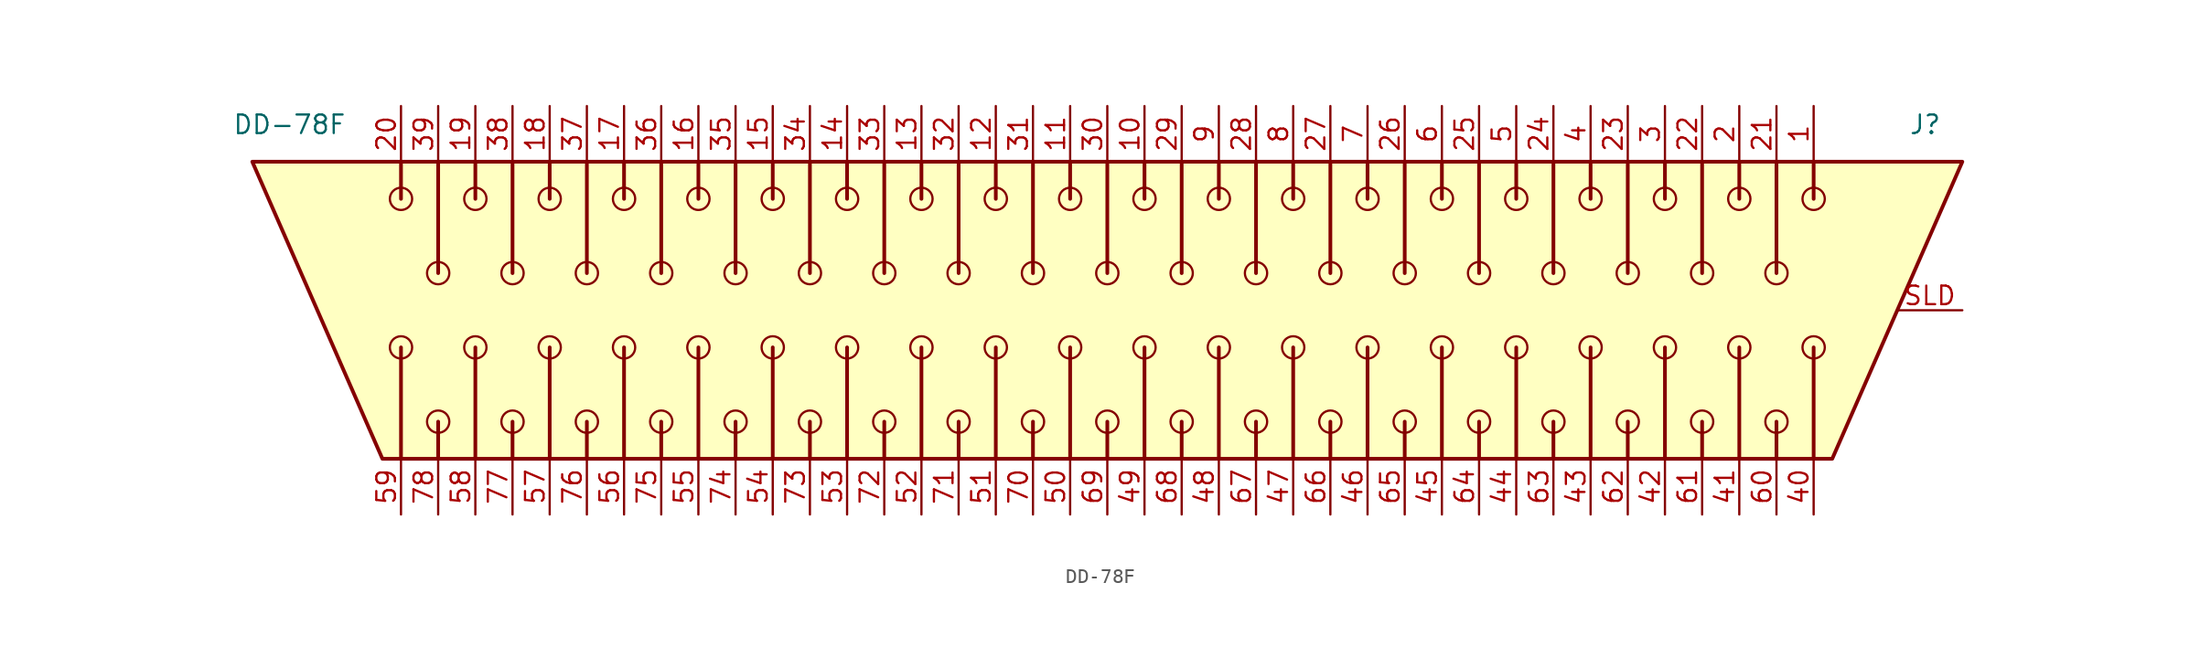
<source format=kicad_sym>
(kicad_symbol_lib
  (version 20241209)
  (generator "kicad_symbol_editor")
  (generator_version "9.0")
  (symbol "DD-78F"
    (pin_names
      (hide yes))
    (property "Reference" "J"
      (at 58.42 12.7 0)
      (effects (font (size 1.27 1.27))))
    (property "Value" "DD-78F"
      (at -53.34 12.7 0)
      (effects (font (size 1.27 1.27))))
    (symbol "DD-78F_0_1"
      (polyline (pts (xy -55.88 10.16) (xy 60.96 10.16) (xy 52.07 -10.16) (xy -46.99 -10.16) (xy -55.88 10.16)) (stroke (width 0.254) (type solid)) (fill (type background)))
      (polyline (pts (xy -45.72 10.16) (xy -45.72 7.62)) (stroke (width 0.254) (type solid)) (fill (type none)))
      (polyline (pts (xy -45.72 -2.54) (xy -45.72 -10.16)) (stroke (width 0.254) (type solid)) (fill (type none)))
      (polyline (pts (xy -43.18 10.16) (xy -43.18 2.54)) (stroke (width 0.254) (type solid)) (fill (type none)))
      (polyline (pts (xy -43.18 -7.62) (xy -43.18 -10.16)) (stroke (width 0.254) (type solid)) (fill (type none)))
      (polyline (pts (xy -40.64 10.16) (xy -40.64 7.62)) (stroke (width 0.254) (type solid)) (fill (type none)))
      (polyline (pts (xy -40.64 -2.54) (xy -40.64 -10.16)) (stroke (width 0.254) (type solid)) (fill (type none)))
      (polyline (pts (xy -38.1 10.16) (xy -38.1 2.54)) (stroke (width 0.254) (type solid)) (fill (type none)))
      (polyline (pts (xy -38.1 -7.62) (xy -38.1 -10.16)) (stroke (width 0.254) (type solid)) (fill (type none)))
      (polyline (pts (xy -35.56 10.16) (xy -35.56 7.62)) (stroke (width 0.254) (type solid)) (fill (type none)))
      (polyline (pts (xy -35.56 -2.54) (xy -35.56 -10.16)) (stroke (width 0.254) (type solid)) (fill (type none)))
      (polyline (pts (xy -33.02 10.16) (xy -33.02 2.54)) (stroke (width 0.254) (type solid)) (fill (type none)))
      (polyline (pts (xy -33.02 -7.62) (xy -33.02 -10.16)) (stroke (width 0.254) (type solid)) (fill (type none)))
      (polyline (pts (xy -30.48 10.16) (xy -30.48 7.62)) (stroke (width 0.254) (type solid)) (fill (type none)))
      (polyline (pts (xy -30.48 -2.54) (xy -30.48 -10.16)) (stroke (width 0.254) (type solid)) (fill (type none)))
      (polyline (pts (xy -27.94 10.16) (xy -27.94 2.54)) (stroke (width 0.254) (type solid)) (fill (type none)))
      (polyline (pts (xy -27.94 -7.62) (xy -27.94 -10.16)) (stroke (width 0.254) (type solid)) (fill (type none)))
      (polyline (pts (xy -25.4 10.16) (xy -25.4 7.62)) (stroke (width 0.254) (type solid)) (fill (type none)))
      (polyline (pts (xy -25.4 -2.54) (xy -25.4 -10.16)) (stroke (width 0.254) (type solid)) (fill (type none)))
      (polyline (pts (xy -22.86 10.16) (xy -22.86 2.54)) (stroke (width 0.254) (type solid)) (fill (type none)))
      (polyline (pts (xy -22.86 -7.62) (xy -22.86 -10.16)) (stroke (width 0.254) (type solid)) (fill (type none)))
      (polyline (pts (xy -20.32 10.16) (xy -20.32 7.62)) (stroke (width 0.254) (type solid)) (fill (type none)))
      (polyline (pts (xy -20.32 -2.54) (xy -20.32 -10.16)) (stroke (width 0.254) (type solid)) (fill (type none)))
      (polyline (pts (xy -17.78 10.16) (xy -17.78 2.54)) (stroke (width 0.254) (type solid)) (fill (type none)))
      (polyline (pts (xy -17.78 -7.62) (xy -17.78 -10.16)) (stroke (width 0.254) (type solid)) (fill (type none)))
      (polyline (pts (xy -15.24 10.16) (xy -15.24 7.62)) (stroke (width 0.254) (type solid)) (fill (type none)))
      (polyline (pts (xy -15.24 -2.54) (xy -15.24 -10.16)) (stroke (width 0.254) (type solid)) (fill (type none)))
      (polyline (pts (xy -12.7 10.16) (xy -12.7 2.54)) (stroke (width 0.254) (type solid)) (fill (type none)))
      (polyline (pts (xy -12.7 -7.62) (xy -12.7 -10.16)) (stroke (width 0.254) (type solid)) (fill (type none)))
      (polyline (pts (xy -10.16 10.16) (xy -10.16 7.62)) (stroke (width 0.254) (type solid)) (fill (type none)))
      (polyline (pts (xy -10.16 -2.54) (xy -10.16 -10.16)) (stroke (width 0.254) (type solid)) (fill (type none)))
      (polyline (pts (xy -7.62 10.16) (xy -7.62 2.54)) (stroke (width 0.254) (type solid)) (fill (type none)))
      (polyline (pts (xy -7.62 -7.62) (xy -7.62 -10.16)) (stroke (width 0.254) (type solid)) (fill (type none)))
      (polyline (pts (xy -5.08 10.16) (xy -5.08 7.62)) (stroke (width 0.254) (type solid)) (fill (type none)))
      (polyline (pts (xy -5.08 -2.54) (xy -5.08 -10.16)) (stroke (width 0.254) (type solid)) (fill (type none)))
      (polyline (pts (xy -2.54 10.16) (xy -2.54 2.54)) (stroke (width 0.254) (type solid)) (fill (type none)))
      (polyline (pts (xy -2.54 -7.62) (xy -2.54 -8.89) (xy -2.54 -10.16)) (stroke (width 0.254) (type solid)) (fill (type none)))
      (polyline (pts (xy 0 10.16) (xy 0 7.62)) (stroke (width 0.254) (type solid)) (fill (type none)))
      (polyline (pts (xy 0 -2.54) (xy 0 -10.16)) (stroke (width 0.254) (type solid)) (fill (type none)))
      (polyline (pts (xy 2.54 10.16) (xy 2.54 2.54)) (stroke (width 0.254) (type solid)) (fill (type none)))
      (polyline (pts (xy 2.54 -7.62) (xy 2.54 -10.16)) (stroke (width 0.254) (type solid)) (fill (type none)))
      (polyline (pts (xy 5.08 10.16) (xy 5.08 7.62)) (stroke (width 0.254) (type solid)) (fill (type none)))
      (polyline (pts (xy 5.08 -2.54) (xy 5.08 -10.16)) (stroke (width 0.254) (type solid)) (fill (type none)))
      (polyline (pts (xy 7.62 10.16) (xy 7.62 2.54)) (stroke (width 0.254) (type solid)) (fill (type none)))
      (polyline (pts (xy 7.62 -7.62) (xy 7.62 -8.89) (xy 7.62 -10.16)) (stroke (width 0.254) (type solid)) (fill (type none)))
      (polyline (pts (xy 10.16 10.16) (xy 10.16 7.62)) (stroke (width 0.254) (type solid)) (fill (type none)))
      (polyline (pts (xy 10.16 -2.54) (xy 10.16 -10.16)) (stroke (width 0.254) (type solid)) (fill (type none)))
      (polyline (pts (xy 12.7 10.16) (xy 12.7 2.54)) (stroke (width 0.254) (type solid)) (fill (type none)))
      (polyline (pts (xy 12.7 -7.62) (xy 12.7 -10.16)) (stroke (width 0.254) (type solid)) (fill (type none)))
      (polyline (pts (xy 15.24 10.16) (xy 15.24 7.62)) (stroke (width 0.254) (type solid)) (fill (type none)))
      (polyline (pts (xy 15.24 -2.54) (xy 15.24 -10.16)) (stroke (width 0.254) (type solid)) (fill (type none)))
      (polyline (pts (xy 17.78 10.16) (xy 17.78 2.54)) (stroke (width 0.254) (type solid)) (fill (type none)))
      (polyline (pts (xy 17.78 -7.62) (xy 17.78 -10.16)) (stroke (width 0.254) (type solid)) (fill (type none)))
      (polyline (pts (xy 20.32 10.16) (xy 20.32 7.62)) (stroke (width 0.254) (type solid)) (fill (type none)))
      (polyline (pts (xy 20.32 -2.54) (xy 20.32 -10.16)) (stroke (width 0.254) (type solid)) (fill (type none)))
      (polyline (pts (xy 22.86 10.16) (xy 22.86 2.54)) (stroke (width 0.254) (type solid)) (fill (type none)))
      (polyline (pts (xy 22.86 -7.62) (xy 22.86 -10.16)) (stroke (width 0.254) (type solid)) (fill (type none)))
      (polyline (pts (xy 25.4 10.16) (xy 25.4 7.62)) (stroke (width 0.254) (type solid)) (fill (type none)))
      (polyline (pts (xy 25.4 -2.54) (xy 25.4 -10.16)) (stroke (width 0.254) (type solid)) (fill (type none)))
      (polyline (pts (xy 27.94 10.16) (xy 27.94 2.54)) (stroke (width 0.254) (type solid)) (fill (type none)))
      (polyline (pts (xy 27.94 -7.62) (xy 27.94 -10.16)) (stroke (width 0.254) (type solid)) (fill (type none)))
      (polyline (pts (xy 30.48 10.16) (xy 30.48 7.62)) (stroke (width 0.254) (type solid)) (fill (type none)))
      (polyline (pts (xy 30.48 -2.54) (xy 30.48 -10.16)) (stroke (width 0.254) (type solid)) (fill (type none)))
      (polyline (pts (xy 33.02 10.16) (xy 33.02 2.54)) (stroke (width 0.254) (type solid)) (fill (type none)))
      (polyline (pts (xy 33.02 -7.62) (xy 33.02 -10.16)) (stroke (width 0.254) (type solid)) (fill (type none)))
      (polyline (pts (xy 35.56 10.16) (xy 35.56 7.62)) (stroke (width 0.254) (type solid)) (fill (type none)))
      (polyline (pts (xy 35.56 -2.54) (xy 35.56 -10.16)) (stroke (width 0.254) (type solid)) (fill (type none)))
      (polyline (pts (xy 38.1 10.16) (xy 38.1 2.54)) (stroke (width 0.254) (type solid)) (fill (type none)))
      (polyline (pts (xy 38.1 -7.62) (xy 38.1 -10.16)) (stroke (width 0.254) (type solid)) (fill (type none)))
      (polyline (pts (xy 40.64 10.16) (xy 40.64 7.62)) (stroke (width 0.254) (type solid)) (fill (type none)))
      (polyline (pts (xy 40.64 -2.54) (xy 40.64 -10.16)) (stroke (width 0.254) (type solid)) (fill (type none)))
      (polyline (pts (xy 43.18 10.16) (xy 43.18 2.54)) (stroke (width 0.254) (type solid)) (fill (type none)))
      (polyline (pts (xy 43.18 -7.62) (xy 43.18 -10.16)) (stroke (width 0.254) (type solid)) (fill (type none)))
      (polyline (pts (xy 45.72 10.16) (xy 45.72 7.62)) (stroke (width 0.254) (type solid)) (fill (type none)))
      (polyline (pts (xy 45.72 -2.54) (xy 45.72 -10.16)) (stroke (width 0.254) (type solid)) (fill (type none)))
      (polyline (pts (xy 48.26 10.16) (xy 48.26 2.54)) (stroke (width 0.254) (type solid)) (fill (type none)))
      (polyline (pts (xy 48.26 -7.62) (xy 48.26 -10.16)) (stroke (width 0.254) (type solid)) (fill (type none)))
      (polyline (pts (xy 50.8 10.16) (xy 50.8 7.62)) (stroke (width 0.254) (type solid)) (fill (type none)))
      (polyline (pts (xy 50.8 -2.54) (xy 50.8 -10.16)) (stroke (width 0.254) (type solid)) (fill (type none))))
    (symbol "DD-78F_1_1"
      (circle (center -45.72 7.62) (radius 0.762) (stroke (width 0) (type solid)) (fill (type none)))
      (circle (center -45.72 -2.54) (radius 0.762) (stroke (width 0) (type solid)) (fill (type none)))
      (circle (center -43.18 2.54) (radius 0.762) (stroke (width 0) (type solid)) (fill (type none)))
      (circle (center -43.18 -7.62) (radius 0.762) (stroke (width 0) (type solid)) (fill (type none)))
      (circle (center -40.64 7.62) (radius 0.762) (stroke (width 0) (type solid)) (fill (type none)))
      (circle (center -40.64 -2.54) (radius 0.762) (stroke (width 0) (type solid)) (fill (type none)))
      (circle (center -38.1 2.54) (radius 0.762) (stroke (width 0) (type solid)) (fill (type none)))
      (circle (center -38.1 -7.62) (radius 0.762) (stroke (width 0) (type solid)) (fill (type none)))
      (circle (center -35.56 7.62) (radius 0.762) (stroke (width 0) (type solid)) (fill (type none)))
      (circle (center -35.56 -2.54) (radius 0.762) (stroke (width 0) (type solid)) (fill (type none)))
      (circle (center -33.02 2.54) (radius 0.762) (stroke (width 0) (type solid)) (fill (type none)))
      (circle (center -33.02 -7.62) (radius 0.762) (stroke (width 0) (type solid)) (fill (type none)))
      (circle (center -30.48 7.62) (radius 0.762) (stroke (width 0) (type solid)) (fill (type none)))
      (circle (center -30.48 -2.54) (radius 0.762) (stroke (width 0) (type solid)) (fill (type none)))
      (circle (center -27.94 2.54) (radius 0.762) (stroke (width 0) (type solid)) (fill (type none)))
      (circle (center -27.94 -7.62) (radius 0.762) (stroke (width 0) (type solid)) (fill (type none)))
      (circle (center -25.4 7.62) (radius 0.762) (stroke (width 0) (type solid)) (fill (type none)))
      (circle (center -25.4 -2.54) (radius 0.762) (stroke (width 0) (type solid)) (fill (type none)))
      (circle (center -22.86 2.54) (radius 0.762) (stroke (width 0) (type solid)) (fill (type none)))
      (circle (center -22.86 -7.62) (radius 0.762) (stroke (width 0) (type solid)) (fill (type none)))
      (circle (center -20.32 7.62) (radius 0.762) (stroke (width 0) (type solid)) (fill (type none)))
      (circle (center -20.32 -2.54) (radius 0.762) (stroke (width 0) (type solid)) (fill (type none)))
      (circle (center -17.78 2.54) (radius 0.762) (stroke (width 0) (type solid)) (fill (type none)))
      (circle (center -17.78 -7.62) (radius 0.762) (stroke (width 0) (type solid)) (fill (type none)))
      (circle (center -15.24 7.62) (radius 0.762) (stroke (width 0) (type solid)) (fill (type none)))
      (circle (center -15.24 -2.54) (radius 0.762) (stroke (width 0) (type solid)) (fill (type none)))
      (circle (center -12.7 2.54) (radius 0.762) (stroke (width 0) (type solid)) (fill (type none)))
      (circle (center -12.7 -7.62) (radius 0.762) (stroke (width 0) (type solid)) (fill (type none)))
      (circle (center -10.16 7.62) (radius 0.762) (stroke (width 0) (type solid)) (fill (type none)))
      (circle (center -10.16 -2.54) (radius 0.762) (stroke (width 0) (type solid)) (fill (type none)))
      (circle (center -7.62 2.54) (radius 0.762) (stroke (width 0) (type solid)) (fill (type none)))
      (circle (center -7.62 -7.62) (radius 0.762) (stroke (width 0) (type solid)) (fill (type none)))
      (circle (center -5.08 7.62) (radius 0.762) (stroke (width 0) (type solid)) (fill (type none)))
      (circle (center -5.08 -2.54) (radius 0.762) (stroke (width 0) (type solid)) (fill (type none)))
      (circle (center -2.54 2.54) (radius 0.762) (stroke (width 0) (type solid)) (fill (type none)))
      (circle (center -2.54 -7.62) (radius 0.762) (stroke (width 0) (type solid)) (fill (type none)))
      (circle (center 0 7.62) (radius 0.762) (stroke (width 0) (type solid)) (fill (type none)))
      (circle (center 0 -2.54) (radius 0.762) (stroke (width 0) (type solid)) (fill (type none)))
      (circle (center 2.54 2.54) (radius 0.762) (stroke (width 0) (type solid)) (fill (type none)))
      (circle (center 2.54 -7.62) (radius 0.762) (stroke (width 0) (type solid)) (fill (type none)))
      (circle (center 5.08 7.62) (radius 0.762) (stroke (width 0) (type solid)) (fill (type none)))
      (circle (center 5.08 -2.54) (radius 0.762) (stroke (width 0) (type solid)) (fill (type none)))
      (circle (center 7.62 2.54) (radius 0.762) (stroke (width 0) (type solid)) (fill (type none)))
      (circle (center 7.62 -7.62) (radius 0.762) (stroke (width 0) (type solid)) (fill (type none)))
      (circle (center 10.16 7.62) (radius 0.762) (stroke (width 0) (type solid)) (fill (type none)))
      (circle (center 10.16 -2.54) (radius 0.762) (stroke (width 0) (type solid)) (fill (type none)))
      (circle (center 12.7 2.54) (radius 0.762) (stroke (width 0) (type solid)) (fill (type none)))
      (circle (center 12.7 -7.62) (radius 0.762) (stroke (width 0) (type solid)) (fill (type none)))
      (circle (center 15.24 7.62) (radius 0.762) (stroke (width 0) (type solid)) (fill (type none)))
      (circle (center 15.24 -2.54) (radius 0.762) (stroke (width 0) (type solid)) (fill (type none)))
      (circle (center 17.78 2.54) (radius 0.762) (stroke (width 0) (type solid)) (fill (type none)))
      (circle (center 17.78 -7.62) (radius 0.762) (stroke (width 0) (type solid)) (fill (type none)))
      (circle (center 20.32 7.62) (radius 0.762) (stroke (width 0) (type solid)) (fill (type none)))
      (circle (center 20.32 -2.54) (radius 0.762) (stroke (width 0) (type solid)) (fill (type none)))
      (circle (center 22.86 2.54) (radius 0.762) (stroke (width 0) (type solid)) (fill (type none)))
      (circle (center 22.86 -7.62) (radius 0.762) (stroke (width 0) (type solid)) (fill (type none)))
      (circle (center 25.4 7.62) (radius 0.762) (stroke (width 0) (type solid)) (fill (type none)))
      (circle (center 25.4 -2.54) (radius 0.762) (stroke (width 0) (type solid)) (fill (type none)))
      (circle (center 27.94 2.54) (radius 0.762) (stroke (width 0) (type solid)) (fill (type none)))
      (circle (center 27.94 -7.62) (radius 0.762) (stroke (width 0) (type solid)) (fill (type none)))
      (circle (center 30.48 7.62) (radius 0.762) (stroke (width 0) (type solid)) (fill (type none)))
      (circle (center 30.48 -2.54) (radius 0.762) (stroke (width 0) (type solid)) (fill (type none)))
      (circle (center 33.02 2.54) (radius 0.762) (stroke (width 0) (type solid)) (fill (type none)))
      (circle (center 33.02 -7.62) (radius 0.762) (stroke (width 0) (type solid)) (fill (type none)))
      (circle (center 35.56 7.62) (radius 0.762) (stroke (width 0) (type solid)) (fill (type none)))
      (circle (center 35.56 -2.54) (radius 0.762) (stroke (width 0) (type solid)) (fill (type none)))
      (circle (center 38.1 2.54) (radius 0.762) (stroke (width 0) (type solid)) (fill (type none)))
      (circle (center 38.1 -7.62) (radius 0.762) (stroke (width 0) (type solid)) (fill (type none)))
      (circle (center 40.64 7.62) (radius 0.762) (stroke (width 0) (type solid)) (fill (type none)))
      (circle (center 40.64 -2.54) (radius 0.762) (stroke (width 0) (type solid)) (fill (type none)))
      (circle (center 43.18 2.54) (radius 0.762) (stroke (width 0) (type solid)) (fill (type none)))
      (circle (center 43.18 -7.62) (radius 0.762) (stroke (width 0) (type solid)) (fill (type none)))
      (circle (center 45.72 7.62) (radius 0.762) (stroke (width 0) (type solid)) (fill (type none)))
      (circle (center 45.72 -2.54) (radius 0.762) (stroke (width 0) (type solid)) (fill (type none)))
      (circle (center 48.26 2.54) (radius 0.762) (stroke (width 0) (type solid)) (fill (type none)))
      (circle (center 48.26 -7.62) (radius 0.762) (stroke (width 0) (type solid)) (fill (type none)))
      (circle (center 50.8 7.62) (radius 0.762) (stroke (width 0) (type solid)) (fill (type none)))
      (circle (center 50.8 -2.54) (radius 0.762) (stroke (width 0) (type solid)) (fill (type none)))
      (pin passive line (at -45.72 13.97 270) (length 3.81) (name "~" (effects (font (size 1.27 1.27)))) (number "20" (effects (font (size 1.27 1.27)))))
      (pin passive line (at -45.72 -13.97 90) (length 3.81) (name "~" (effects (font (size 1.27 1.27)))) (number "59" (effects (font (size 1.27 1.27)))))
      (pin passive line (at -43.18 13.97 270) (length 3.81) (name "~" (effects (font (size 1.27 1.27)))) (number "39" (effects (font (size 1.27 1.27)))))
      (pin passive line (at -43.18 -13.97 90) (length 3.81) (name "~" (effects (font (size 1.27 1.27)))) (number "78" (effects (font (size 1.27 1.27)))))
      (pin passive line (at -40.64 13.97 270) (length 3.81) (name "~" (effects (font (size 1.27 1.27)))) (number "19" (effects (font (size 1.27 1.27)))))
      (pin passive line (at -40.64 -13.97 90) (length 3.81) (name "~" (effects (font (size 1.27 1.27)))) (number "58" (effects (font (size 1.27 1.27)))))
      (pin passive line (at -38.1 13.97 270) (length 3.81) (name "~" (effects (font (size 1.27 1.27)))) (number "38" (effects (font (size 1.27 1.27)))))
      (pin passive line (at -38.1 -13.97 90) (length 3.81) (name "~" (effects (font (size 1.27 1.27)))) (number "77" (effects (font (size 1.27 1.27)))))
      (pin passive line (at -35.56 13.97 270) (length 3.81) (name "~" (effects (font (size 1.27 1.27)))) (number "18" (effects (font (size 1.27 1.27)))))
      (pin passive line (at -35.56 -13.97 90) (length 3.81) (name "~" (effects (font (size 1.27 1.27)))) (number "57" (effects (font (size 1.27 1.27)))))
      (pin passive line (at -33.02 13.97 270) (length 3.81) (name "~" (effects (font (size 1.27 1.27)))) (number "37" (effects (font (size 1.27 1.27)))))
      (pin passive line (at -33.02 -13.97 90) (length 3.81) (name "~" (effects (font (size 1.27 1.27)))) (number "76" (effects (font (size 1.27 1.27)))))
      (pin passive line (at -30.48 13.97 270) (length 3.81) (name "~" (effects (font (size 1.27 1.27)))) (number "17" (effects (font (size 1.27 1.27)))))
      (pin passive line (at -30.48 -13.97 90) (length 3.81) (name "~" (effects (font (size 1.27 1.27)))) (number "56" (effects (font (size 1.27 1.27)))))
      (pin passive line (at -27.94 13.97 270) (length 3.81) (name "~" (effects (font (size 1.27 1.27)))) (number "36" (effects (font (size 1.27 1.27)))))
      (pin passive line (at -27.94 -13.97 90) (length 3.81) (name "~" (effects (font (size 1.27 1.27)))) (number "75" (effects (font (size 1.27 1.27)))))
      (pin passive line (at -25.4 13.97 270) (length 3.81) (name "~" (effects (font (size 1.27 1.27)))) (number "16" (effects (font (size 1.27 1.27)))))
      (pin passive line (at -25.4 -13.97 90) (length 3.81) (name "~" (effects (font (size 1.27 1.27)))) (number "55" (effects (font (size 1.27 1.27)))))
      (pin passive line (at -22.86 13.97 270) (length 3.81) (name "~" (effects (font (size 1.27 1.27)))) (number "35" (effects (font (size 1.27 1.27)))))
      (pin passive line (at -22.86 -13.97 90) (length 3.81) (name "~" (effects (font (size 1.27 1.27)))) (number "74" (effects (font (size 1.27 1.27)))))
      (pin passive line (at -20.32 13.97 270) (length 3.81) (name "~" (effects (font (size 1.27 1.27)))) (number "15" (effects (font (size 1.27 1.27)))))
      (pin passive line (at -20.32 -13.97 90) (length 3.81) (name "~" (effects (font (size 1.27 1.27)))) (number "54" (effects (font (size 1.27 1.27)))))
      (pin passive line (at -17.78 13.97 270) (length 3.81) (name "~" (effects (font (size 1.27 1.27)))) (number "34" (effects (font (size 1.27 1.27)))))
      (pin passive line (at -17.78 -13.97 90) (length 3.81) (name "~" (effects (font (size 1.27 1.27)))) (number "73" (effects (font (size 1.27 1.27)))))
      (pin passive line (at -15.24 13.97 270) (length 3.81) (name "~" (effects (font (size 1.27 1.27)))) (number "14" (effects (font (size 1.27 1.27)))))
      (pin passive line (at -15.24 -13.97 90) (length 3.81) (name "~" (effects (font (size 1.27 1.27)))) (number "53" (effects (font (size 1.27 1.27)))))
      (pin passive line (at -12.7 13.97 270) (length 3.81) (name "~" (effects (font (size 1.27 1.27)))) (number "33" (effects (font (size 1.27 1.27)))))
      (pin passive line (at -12.7 -13.97 90) (length 3.81) (name "~" (effects (font (size 1.27 1.27)))) (number "72" (effects (font (size 1.27 1.27)))))
      (pin passive line (at -10.16 13.97 270) (length 3.81) (name "~" (effects (font (size 1.27 1.27)))) (number "13" (effects (font (size 1.27 1.27)))))
      (pin passive line (at -10.16 -13.97 90) (length 3.81) (name "~" (effects (font (size 1.27 1.27)))) (number "52" (effects (font (size 1.27 1.27)))))
      (pin passive line (at -7.62 13.97 270) (length 3.81) (name "~" (effects (font (size 1.27 1.27)))) (number "32" (effects (font (size 1.27 1.27)))))
      (pin passive line (at -7.62 -13.97 90) (length 3.81) (name "~" (effects (font (size 1.27 1.27)))) (number "71" (effects (font (size 1.27 1.27)))))
      (pin passive line (at -5.08 13.97 270) (length 3.81) (name "~" (effects (font (size 1.27 1.27)))) (number "12" (effects (font (size 1.27 1.27)))))
      (pin passive line (at -5.08 -13.97 90) (length 3.81) (name "~" (effects (font (size 1.27 1.27)))) (number "51" (effects (font (size 1.27 1.27)))))
      (pin passive line (at -2.54 13.97 270) (length 3.81) (name "~" (effects (font (size 1.27 1.27)))) (number "31" (effects (font (size 1.27 1.27)))))
      (pin passive line (at -2.54 -13.97 90) (length 3.81) (name "~" (effects (font (size 1.27 1.27)))) (number "70" (effects (font (size 1.27 1.27)))))
      (pin passive line (at 0 13.97 270) (length 3.81) (name "~" (effects (font (size 1.27 1.27)))) (number "11" (effects (font (size 1.27 1.27)))))
      (pin passive line (at 0 -13.97 90) (length 3.81) (name "~" (effects (font (size 1.27 1.27)))) (number "50" (effects (font (size 1.27 1.27)))))
      (pin passive line (at 2.54 13.97 270) (length 3.81) (name "~" (effects (font (size 1.27 1.27)))) (number "30" (effects (font (size 1.27 1.27)))))
      (pin passive line (at 2.54 -13.97 90) (length 3.81) (name "~" (effects (font (size 1.27 1.27)))) (number "69" (effects (font (size 1.27 1.27)))))
      (pin passive line (at 5.08 13.97 270) (length 3.81) (name "~" (effects (font (size 1.27 1.27)))) (number "10" (effects (font (size 1.27 1.27)))))
      (pin passive line (at 5.08 -13.97 90) (length 3.81) (name "~" (effects (font (size 1.27 1.27)))) (number "49" (effects (font (size 1.27 1.27)))))
      (pin passive line (at 7.62 13.97 270) (length 3.81) (name "~" (effects (font (size 1.27 1.27)))) (number "29" (effects (font (size 1.27 1.27)))))
      (pin passive line (at 7.62 -13.97 90) (length 3.81) (name "~" (effects (font (size 1.27 1.27)))) (number "68" (effects (font (size 1.27 1.27)))))
      (pin passive line (at 10.16 13.97 270) (length 3.81) (name "~" (effects (font (size 1.27 1.27)))) (number "9" (effects (font (size 1.27 1.27)))))
      (pin passive line (at 10.16 -13.97 90) (length 3.81) (name "~" (effects (font (size 1.27 1.27)))) (number "48" (effects (font (size 1.27 1.27)))))
      (pin passive line (at 12.7 13.97 270) (length 3.81) (name "~" (effects (font (size 1.27 1.27)))) (number "28" (effects (font (size 1.27 1.27)))))
      (pin passive line (at 12.7 -13.97 90) (length 3.81) (name "~" (effects (font (size 1.27 1.27)))) (number "67" (effects (font (size 1.27 1.27)))))
      (pin passive line (at 15.24 13.97 270) (length 3.81) (name "~" (effects (font (size 1.27 1.27)))) (number "8" (effects (font (size 1.27 1.27)))))
      (pin passive line (at 15.24 -13.97 90) (length 3.81) (name "~" (effects (font (size 1.27 1.27)))) (number "47" (effects (font (size 1.27 1.27)))))
      (pin passive line (at 17.78 13.97 270) (length 3.81) (name "~" (effects (font (size 1.27 1.27)))) (number "27" (effects (font (size 1.27 1.27)))))
      (pin passive line (at 17.78 -13.97 90) (length 3.81) (name "~" (effects (font (size 1.27 1.27)))) (number "66" (effects (font (size 1.27 1.27)))))
      (pin passive line (at 20.32 13.97 270) (length 3.81) (name "~" (effects (font (size 1.27 1.27)))) (number "7" (effects (font (size 1.27 1.27)))))
      (pin passive line (at 20.32 -13.97 90) (length 3.81) (name "~" (effects (font (size 1.27 1.27)))) (number "46" (effects (font (size 1.27 1.27)))))
      (pin passive line (at 22.86 13.97 270) (length 3.81) (name "~" (effects (font (size 1.27 1.27)))) (number "26" (effects (font (size 1.27 1.27)))))
      (pin passive line (at 22.86 -13.97 90) (length 3.81) (name "~" (effects (font (size 1.27 1.27)))) (number "65" (effects (font (size 1.27 1.27)))))
      (pin passive line (at 25.4 13.97 270) (length 3.81) (name "~" (effects (font (size 1.27 1.27)))) (number "6" (effects (font (size 1.27 1.27)))))
      (pin passive line (at 25.4 -13.97 90) (length 3.81) (name "~" (effects (font (size 1.27 1.27)))) (number "45" (effects (font (size 1.27 1.27)))))
      (pin passive line (at 27.94 13.97 270) (length 3.81) (name "~" (effects (font (size 1.27 1.27)))) (number "25" (effects (font (size 1.27 1.27)))))
      (pin passive line (at 27.94 -13.97 90) (length 3.81) (name "~" (effects (font (size 1.27 1.27)))) (number "64" (effects (font (size 1.27 1.27)))))
      (pin passive line (at 30.48 13.97 270) (length 3.81) (name "~" (effects (font (size 1.27 1.27)))) (number "5" (effects (font (size 1.27 1.27)))))
      (pin passive line (at 30.48 -13.97 90) (length 3.81) (name "~" (effects (font (size 1.27 1.27)))) (number "44" (effects (font (size 1.27 1.27)))))
      (pin passive line (at 33.02 13.97 270) (length 3.81) (name "~" (effects (font (size 1.27 1.27)))) (number "24" (effects (font (size 1.27 1.27)))))
      (pin passive line (at 33.02 -13.97 90) (length 3.81) (name "~" (effects (font (size 1.27 1.27)))) (number "63" (effects (font (size 1.27 1.27)))))
      (pin passive line (at 35.56 13.97 270) (length 3.81) (name "~" (effects (font (size 1.27 1.27)))) (number "4" (effects (font (size 1.27 1.27)))))
      (pin passive line (at 35.56 -13.97 90) (length 3.81) (name "~" (effects (font (size 1.27 1.27)))) (number "43" (effects (font (size 1.27 1.27)))))
      (pin passive line (at 38.1 13.97 270) (length 3.81) (name "~" (effects (font (size 1.27 1.27)))) (number "23" (effects (font (size 1.27 1.27)))))
      (pin passive line (at 38.1 -13.97 90) (length 3.81) (name "~" (effects (font (size 1.27 1.27)))) (number "62" (effects (font (size 1.27 1.27)))))
      (pin passive line (at 40.64 13.97 270) (length 3.81) (name "~" (effects (font (size 1.27 1.27)))) (number "3" (effects (font (size 1.27 1.27)))))
      (pin passive line (at 40.64 -13.97 90) (length 3.81) (name "~" (effects (font (size 1.27 1.27)))) (number "42" (effects (font (size 1.27 1.27)))))
      (pin passive line (at 43.18 13.97 270) (length 3.81) (name "~" (effects (font (size 1.27 1.27)))) (number "22" (effects (font (size 1.27 1.27)))))
      (pin passive line (at 43.18 -13.97 90) (length 3.81) (name "~" (effects (font (size 1.27 1.27)))) (number "61" (effects (font (size 1.27 1.27)))))
      (pin passive line (at 45.72 13.97 270) (length 3.81) (name "~" (effects (font (size 1.27 1.27)))) (number "2" (effects (font (size 1.27 1.27)))))
      (pin passive line (at 45.72 -13.97 90) (length 3.81) (name "~" (effects (font (size 1.27 1.27)))) (number "41" (effects (font (size 1.27 1.27)))))
      (pin passive line (at 48.26 13.97 270) (length 3.81) (name "~" (effects (font (size 1.27 1.27)))) (number "21" (effects (font (size 1.27 1.27)))))
      (pin passive line (at 48.26 -13.97 90) (length 3.81) (name "~" (effects (font (size 1.27 1.27)))) (number "60" (effects (font (size 1.27 1.27)))))
      (pin passive line (at 50.8 13.97 270) (length 3.81) (name "~" (effects (font (size 1.27 1.27)))) (number "1" (effects (font (size 1.27 1.27)))))
      (pin passive line (at 50.8 -13.97 90) (length 3.81) (name "~" (effects (font (size 1.27 1.27)))) (number "40" (effects (font (size 1.27 1.27)))))
      (pin passive line (at 60.96 0 180) (length 4.445) (name "SHIELD" (effects (font (size 1.27 1.27)))) (number "SLD" (effects (font (size 1.27 1.27))))))))
</source>
